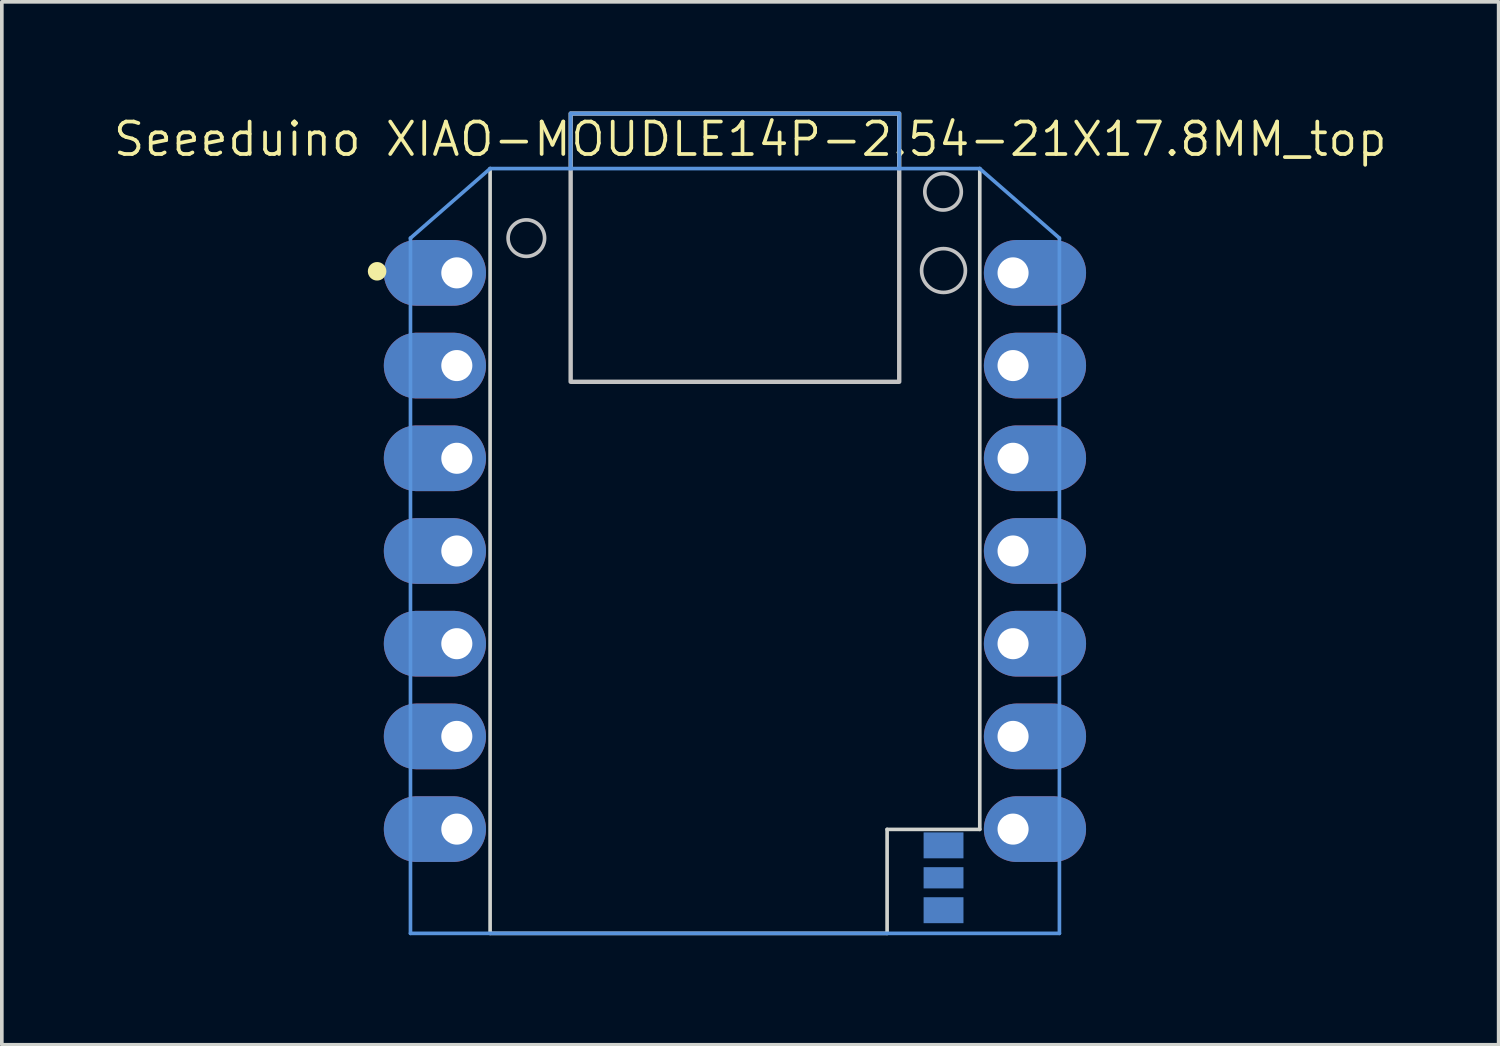
<source format=kicad_pcb>
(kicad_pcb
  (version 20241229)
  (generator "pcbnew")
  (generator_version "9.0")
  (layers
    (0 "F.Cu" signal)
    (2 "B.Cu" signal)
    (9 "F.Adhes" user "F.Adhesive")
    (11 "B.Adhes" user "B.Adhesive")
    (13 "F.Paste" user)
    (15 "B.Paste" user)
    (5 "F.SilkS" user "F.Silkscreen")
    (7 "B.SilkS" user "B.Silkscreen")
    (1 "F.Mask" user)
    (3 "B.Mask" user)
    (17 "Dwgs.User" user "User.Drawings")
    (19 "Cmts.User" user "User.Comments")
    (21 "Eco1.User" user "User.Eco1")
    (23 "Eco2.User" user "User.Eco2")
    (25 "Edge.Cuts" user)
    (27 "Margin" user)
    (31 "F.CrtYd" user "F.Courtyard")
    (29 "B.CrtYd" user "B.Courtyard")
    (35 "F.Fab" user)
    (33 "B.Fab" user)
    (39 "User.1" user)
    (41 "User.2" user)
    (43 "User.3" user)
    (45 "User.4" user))
  (footprint "Seeeduino XIAO-MOUDLE14P-2.54-21X17.8MM_top"
    (layer "F.Cu")
    (at 17.086 12.046)
    (property "Reference" "Seeeduino XIAO-MOUDLE14P-2.54-21X17.8MM_top" (at 0.419 -11.283 0) (layer "F.SilkS") (effects (font (size 0.889 0.889) (thickness 0.102))))
    (attr smd)
    (fp_circle (center -9.804 -7.663) (end -9.804 -7.917) (stroke (width 0) (type solid)) (fill yes) (layer "F.SilkS"))
    (fp_rect (start -4.501 -11.986) (end 4.501 -4.636) (stroke (width 0.12) (type solid)) (fill no) (layer "Dwgs.User"))
    (fp_circle (center -5.715 -8.572) (end -5.215 -8.572) (stroke (width 0.1) (type solid)) (fill no) (layer "Dwgs.User"))
    (fp_circle (center 5.702 -9.842) (end 6.202 -9.842) (stroke (width 0.1) (type solid)) (fill no) (layer "Dwgs.User"))
    (fp_circle (center 5.714 -7.684) (end 6.314 -7.684) (stroke (width 0.1) (type solid)) (fill no) (layer "Dwgs.User"))
    (fp_line (start -8.89 -8.572) (end -8.89 10.477) (stroke (width 0.1) (type solid)) (layer "Cmts.User"))
    (fp_line (start -8.89 10.477) (end 8.89 10.477) (stroke (width 0.1) (type solid)) (layer "Cmts.User"))
    (fp_line (start -6.708 -10.477) (end -8.89 -8.572) (stroke (width 0.1) (type solid)) (layer "Cmts.User"))
    (fp_line (start -4.501 -11.986) (end -4.501 -10.477) (stroke (width 0.1) (type solid)) (layer "Cmts.User"))
    (fp_line (start 4.501 -11.986) (end -4.501 -11.986) (stroke (width 0.1) (type solid)) (layer "Cmts.User"))
    (fp_line (start 4.501 -10.477) (end 4.501 -11.986) (stroke (width 0.1) (type solid)) (layer "Cmts.User"))
    (fp_line (start 6.708 -10.477) (end -6.708 -10.477) (stroke (width 0.1) (type solid)) (layer "Cmts.User"))
    (fp_line (start 8.89 -8.572) (end 6.708 -10.477) (stroke (width 0.1) (type solid)) (layer "Cmts.User"))
    (fp_line (start 8.89 10.477) (end 8.89 -8.572) (stroke (width 0.1) (type solid)) (layer "Cmts.User"))
    (fp_line (start -6.708 -10.477) (end -6.708 10.477) (stroke (width 0.1) (type solid)) (layer "Edge.Cuts"))
    (fp_line (start -6.708 10.477) (end 4.169 10.477) (stroke (width 0.1) (type solid)) (layer "Edge.Cuts"))
    (fp_line (start 4.169 7.628) (end 4.169 10.477) (stroke (width 0.1) (type solid)) (layer "Edge.Cuts"))
    (fp_line (start 6.708 -10.477) (end 6.708 7.628) (stroke (width 0.1) (type solid)) (layer "Edge.Cuts"))
    (fp_line (start 6.708 7.628) (end 4.169 7.628) (stroke (width 0.1) (type solid)) (layer "Edge.Cuts"))
    (pad "1" thru_hole oval (at -7.62 -7.62) (size 2.8 1.8) (drill 0.851 (offset -0.6 0)) (layers "*.Cu" "*.Mask"))
    (pad "2" thru_hole oval (at -7.62 -5.08) (size 2.8 1.8) (drill 0.851 (offset -0.6 0)) (layers "*.Cu" "*.Mask"))
    (pad "3" thru_hole oval (at -7.62 -2.54) (size 2.8 1.8) (drill 0.851 (offset -0.6 0)) (layers "*.Cu" "*.Mask"))
    (pad "4" thru_hole oval (at -7.62 0) (size 2.8 1.8) (drill 0.851 (offset -0.6 0)) (layers "*.Cu" "*.Mask"))
    (pad "5" thru_hole oval (at -7.62 2.54) (size 2.8 1.8) (drill 0.851 (offset -0.6 0)) (layers "*.Cu" "*.Mask"))
    (pad "6" thru_hole oval (at -7.62 5.08) (size 2.8 1.8) (drill 0.851 (offset -0.6 0)) (layers "*.Cu" "*.Mask"))
    (pad "7" thru_hole oval (at -7.62 7.62) (size 2.8 1.8) (drill 0.851 (offset -0.6 0)) (layers "*.Cu" "*.Mask"))
    (pad "8" thru_hole oval (at 7.62 7.62 180) (size 2.8 1.8) (drill 0.851 (offset -0.6 0)) (layers "*.Cu" "*.Mask"))
    (pad "9" thru_hole oval (at 7.62 5.08 180) (size 2.8 1.8) (drill 0.851 (offset -0.6 0)) (layers "*.Cu" "*.Mask"))
    (pad "10" thru_hole oval (at 7.62 2.54 180) (size 2.8 1.8) (drill 0.851 (offset -0.6 0)) (layers "*.Cu" "*.Mask"))
    (pad "11" thru_hole oval (at 7.62 0 180) (size 2.8 1.8) (drill 0.851 (offset -0.6 0)) (layers "*.Cu" "*.Mask"))
    (pad "12" thru_hole oval (at 7.62 -2.54 180) (size 2.8 1.8) (drill 0.851 (offset -0.6 0)) (layers "*.Cu" "*.Mask"))
    (pad "13" thru_hole oval (at 7.62 -5.08 180) (size 2.8 1.8) (drill 0.851 (offset -0.6 0)) (layers "*.Cu" "*.Mask"))
    (pad "14" thru_hole oval (at 7.62 -7.62 180) (size 2.8 1.8) (drill 0.851 (offset -0.6 0)) (layers "*.Cu" "*.Mask"))
    (pad "15" smd rect (at 5.715 8.065) (size 1.092 0.711) (layers "B.Cu" "B.Mask" "B.Paste"))
    (pad "16" smd rect (at 5.715 8.954) (size 1.092 0.582) (layers "B.Cu" "B.Mask" "B.Paste"))
    (pad "17" smd rect (at 5.715 9.842) (size 1.092 0.711) (layers "B.Cu" "B.Mask" "B.Paste")))
  (gr_rect
    (start -3 -3)
    (end 38.01 25.574)
    (stroke (width 0.1) (type default))
    (fill no)
    (layer "Edge.Cuts")))
</source>
